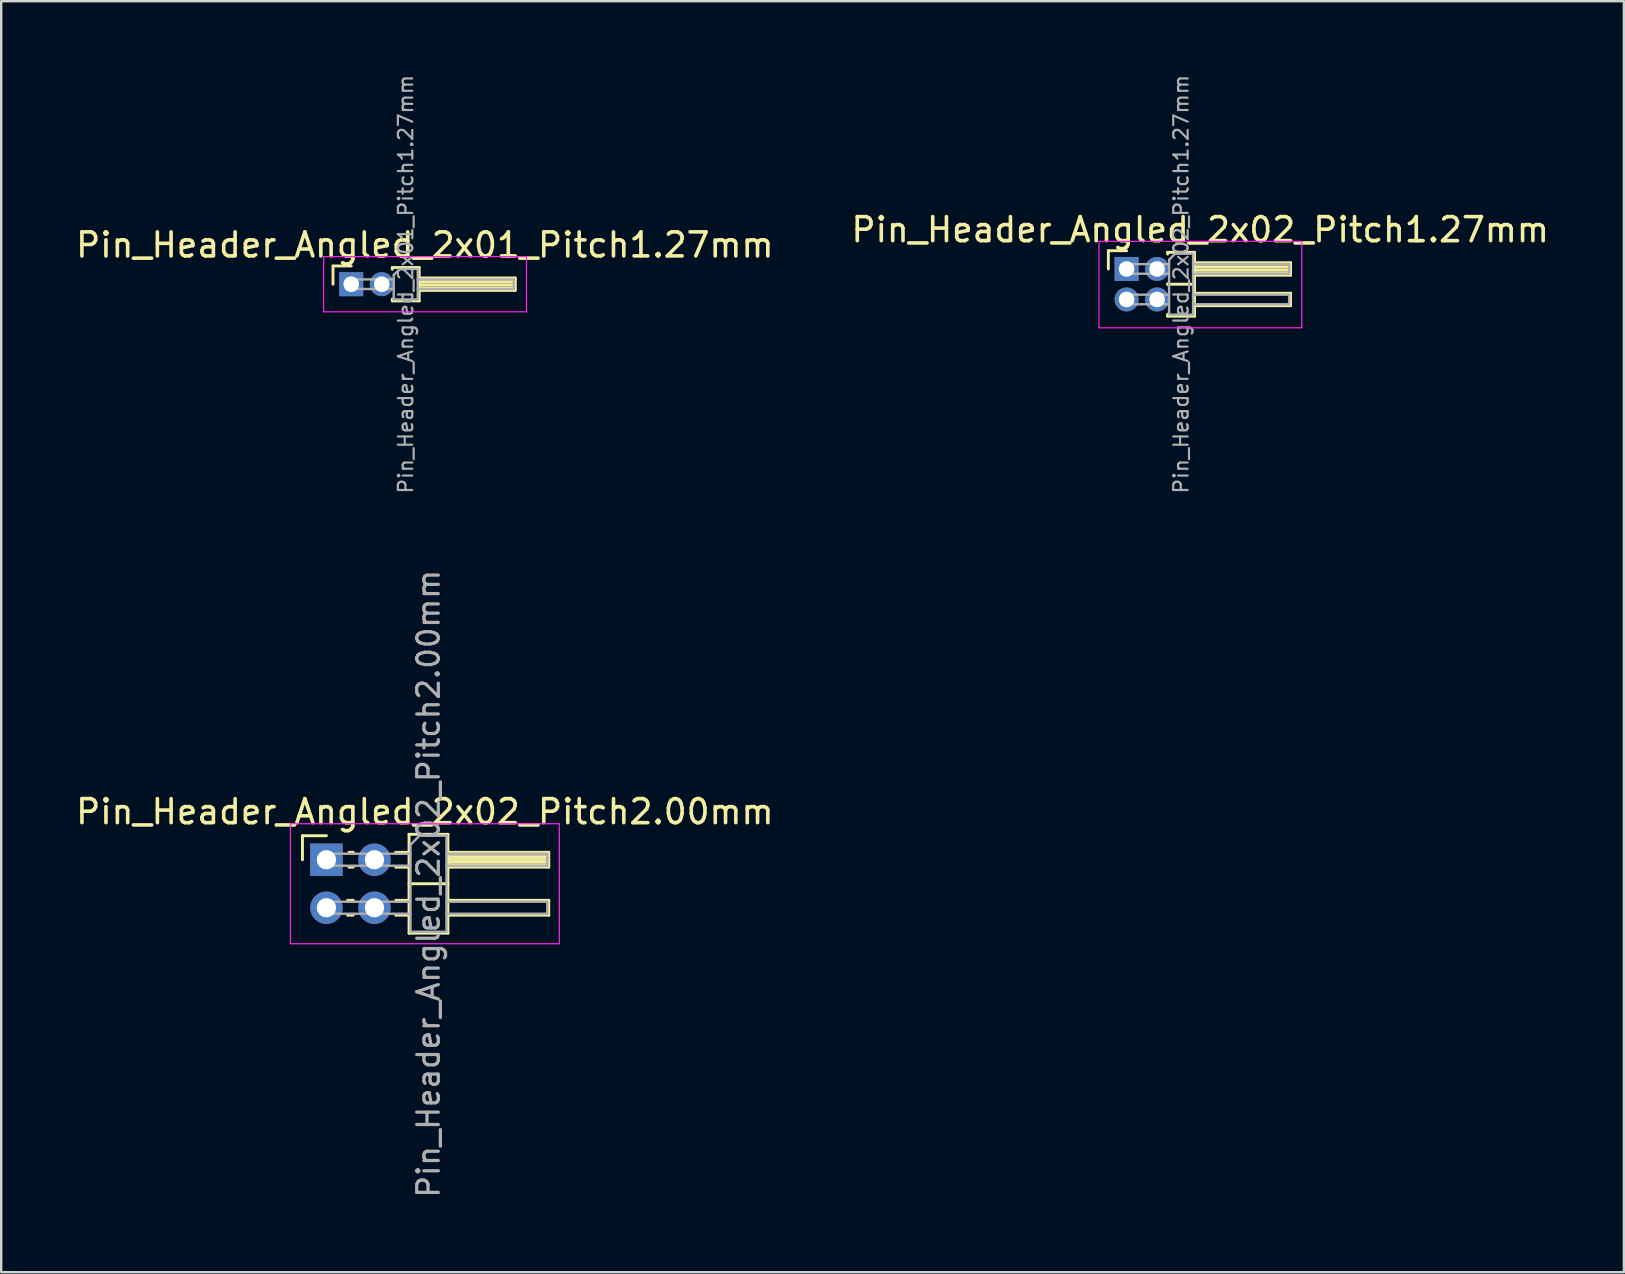
<source format=kicad_pcb>
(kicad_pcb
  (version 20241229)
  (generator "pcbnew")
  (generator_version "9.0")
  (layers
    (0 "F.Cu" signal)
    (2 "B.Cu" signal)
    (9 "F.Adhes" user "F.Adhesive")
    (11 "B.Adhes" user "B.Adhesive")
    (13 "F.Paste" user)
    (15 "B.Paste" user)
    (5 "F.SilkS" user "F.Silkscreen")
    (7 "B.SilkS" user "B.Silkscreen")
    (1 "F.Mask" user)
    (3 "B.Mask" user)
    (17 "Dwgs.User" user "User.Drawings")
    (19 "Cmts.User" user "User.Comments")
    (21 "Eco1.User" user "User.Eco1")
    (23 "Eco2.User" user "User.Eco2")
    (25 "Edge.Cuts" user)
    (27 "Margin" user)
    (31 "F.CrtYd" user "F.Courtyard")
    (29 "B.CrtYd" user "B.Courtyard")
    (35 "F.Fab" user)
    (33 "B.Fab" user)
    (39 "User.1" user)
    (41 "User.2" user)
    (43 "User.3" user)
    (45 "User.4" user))
  (footprint "Pin_Header_Angled_2x02_Pitch2.00mm"
    (layer "F.Cu")
    (at 10.549 32.763)
    (property "Reference" "Pin_Header_Angled_2x02_Pitch2.00mm" (at 4.1 -2 0) (layer "F.SilkS") (effects (font (size 1 1) (thickness 0.15))))
    (attr through_hole)
    (fp_line (start -1 -1) (end 0 -1) (stroke (width 0.12) (type solid)) (layer "F.SilkS"))
    (fp_line (start -1 0) (end -1 -1) (stroke (width 0.12) (type solid)) (layer "F.SilkS"))
    (fp_line (start 0.882 1.69) (end 1.118 1.69) (stroke (width 0.12) (type solid)) (layer "F.SilkS"))
    (fp_line (start 0.882 2.31) (end 1.118 2.31) (stroke (width 0.12) (type solid)) (layer "F.SilkS"))
    (fp_line (start 0.935 -0.31) (end 1.118 -0.31) (stroke (width 0.12) (type solid)) (layer "F.SilkS"))
    (fp_line (start 0.935 0.31) (end 1.118 0.31) (stroke (width 0.12) (type solid)) (layer "F.SilkS"))
    (fp_line (start 2.882 -0.31) (end 3.44 -0.31) (stroke (width 0.12) (type solid)) (layer "F.SilkS"))
    (fp_line (start 2.882 0.31) (end 3.44 0.31) (stroke (width 0.12) (type solid)) (layer "F.SilkS"))
    (fp_line (start 2.882 1.69) (end 3.44 1.69) (stroke (width 0.12) (type solid)) (layer "F.SilkS"))
    (fp_line (start 2.882 2.31) (end 3.44 2.31) (stroke (width 0.12) (type solid)) (layer "F.SilkS"))
    (fp_line (start 3.44 -1.06) (end 3.44 3.06) (stroke (width 0.12) (type solid)) (layer "F.SilkS"))
    (fp_line (start 3.44 1) (end 5.06 1) (stroke (width 0.12) (type solid)) (layer "F.SilkS"))
    (fp_line (start 3.44 3.06) (end 5.06 3.06) (stroke (width 0.12) (type solid)) (layer "F.SilkS"))
    (fp_line (start 5.06 -1.06) (end 3.44 -1.06) (stroke (width 0.12) (type solid)) (layer "F.SilkS"))
    (fp_line (start 5.06 -0.31) (end 9.26 -0.31) (stroke (width 0.12) (type solid)) (layer "F.SilkS"))
    (fp_line (start 5.06 -0.25) (end 9.26 -0.25) (stroke (width 0.12) (type solid)) (layer "F.SilkS"))
    (fp_line (start 5.06 -0.13) (end 9.26 -0.13) (stroke (width 0.12) (type solid)) (layer "F.SilkS"))
    (fp_line (start 5.06 -0.01) (end 9.26 -0.01) (stroke (width 0.12) (type solid)) (layer "F.SilkS"))
    (fp_line (start 5.06 0.11) (end 9.26 0.11) (stroke (width 0.12) (type solid)) (layer "F.SilkS"))
    (fp_line (start 5.06 0.23) (end 9.26 0.23) (stroke (width 0.12) (type solid)) (layer "F.SilkS"))
    (fp_line (start 5.06 1.69) (end 9.26 1.69) (stroke (width 0.12) (type solid)) (layer "F.SilkS"))
    (fp_line (start 5.06 3.06) (end 5.06 -1.06) (stroke (width 0.12) (type solid)) (layer "F.SilkS"))
    (fp_line (start 9.26 -0.31) (end 9.26 0.31) (stroke (width 0.12) (type solid)) (layer "F.SilkS"))
    (fp_line (start 9.26 0.31) (end 5.06 0.31) (stroke (width 0.12) (type solid)) (layer "F.SilkS"))
    (fp_line (start 9.26 1.69) (end 9.26 2.31) (stroke (width 0.12) (type solid)) (layer "F.SilkS"))
    (fp_line (start 9.26 2.31) (end 5.06 2.31) (stroke (width 0.12) (type solid)) (layer "F.SilkS"))
    (fp_line (start -1.5 -1.5) (end -1.5 3.5) (stroke (width 0.05) (type solid)) (layer "F.CrtYd"))
    (fp_line (start -1.5 3.5) (end 9.7 3.5) (stroke (width 0.05) (type solid)) (layer "F.CrtYd"))
    (fp_line (start 9.7 -1.5) (end -1.5 -1.5) (stroke (width 0.05) (type solid)) (layer "F.CrtYd"))
    (fp_line (start 9.7 3.5) (end 9.7 -1.5) (stroke (width 0.05) (type solid)) (layer "F.CrtYd"))
    (fp_line (start -0.25 -0.25) (end -0.25 0.25) (stroke (width 0.1) (type solid)) (layer "F.Fab"))
    (fp_line (start -0.25 -0.25) (end 3.5 -0.25) (stroke (width 0.1) (type solid)) (layer "F.Fab"))
    (fp_line (start -0.25 0.25) (end 3.5 0.25) (stroke (width 0.1) (type solid)) (layer "F.Fab"))
    (fp_line (start -0.25 1.75) (end -0.25 2.25) (stroke (width 0.1) (type solid)) (layer "F.Fab"))
    (fp_line (start -0.25 1.75) (end 3.5 1.75) (stroke (width 0.1) (type solid)) (layer "F.Fab"))
    (fp_line (start -0.25 2.25) (end 3.5 2.25) (stroke (width 0.1) (type solid)) (layer "F.Fab"))
    (fp_line (start 3.5 -0.625) (end 3.875 -1) (stroke (width 0.1) (type solid)) (layer "F.Fab"))
    (fp_line (start 3.5 3) (end 3.5 -0.625) (stroke (width 0.1) (type solid)) (layer "F.Fab"))
    (fp_line (start 3.875 -1) (end 5 -1) (stroke (width 0.1) (type solid)) (layer "F.Fab"))
    (fp_line (start 5 -1) (end 5 3) (stroke (width 0.1) (type solid)) (layer "F.Fab"))
    (fp_line (start 5 -0.25) (end 9.2 -0.25) (stroke (width 0.1) (type solid)) (layer "F.Fab"))
    (fp_line (start 5 0.25) (end 9.2 0.25) (stroke (width 0.1) (type solid)) (layer "F.Fab"))
    (fp_line (start 5 1.75) (end 9.2 1.75) (stroke (width 0.1) (type solid)) (layer "F.Fab"))
    (fp_line (start 5 2.25) (end 9.2 2.25) (stroke (width 0.1) (type solid)) (layer "F.Fab"))
    (fp_line (start 5 3) (end 3.5 3) (stroke (width 0.1) (type solid)) (layer "F.Fab"))
    (fp_line (start 9.2 -0.25) (end 9.2 0.25) (stroke (width 0.1) (type solid)) (layer "F.Fab"))
    (fp_line (start 9.2 1.75) (end 9.2 2.25) (stroke (width 0.1) (type solid)) (layer "F.Fab"))
    (fp_text user "${REFERENCE}" (at 4.25 1 90) (layer "F.Fab") (effects (font (size 0.9 0.9) (thickness 0.135))))
    (pad "1" thru_hole rect (at 0 0) (size 1.35 1.35) (drill 0.8) (layers "*.Cu" "*.Mask"))
    (pad "2" thru_hole oval (at 2 0) (size 1.35 1.35) (drill 0.8) (layers "*.Cu" "*.Mask"))
    (pad "3" thru_hole oval (at 0 2) (size 1.35 1.35) (drill 0.8) (layers "*.Cu" "*.Mask"))
    (pad "4" thru_hole oval (at 2 2) (size 1.35 1.35) (drill 0.8) (layers "*.Cu" "*.Mask")))
  (footprint "Pin_Header_Angled_2x01_Pitch1.27mm"
    (layer "F.Cu")
    (at 11.581 8.789)
    (property "Reference" "Pin_Header_Angled_2x01_Pitch1.27mm" (at 3.067 -1.635 0) (layer "F.SilkS") (effects (font (size 1 1) (thickness 0.15))))
    (attr through_hole)
    (fp_line (start -0.76 -0.76) (end 0 -0.76) (stroke (width 0.12) (type solid)) (layer "F.SilkS"))
    (fp_line (start -0.76 0) (end -0.76 -0.76) (stroke (width 0.12) (type solid)) (layer "F.SilkS"))
    (fp_line (start 1.71 -0.695) (end 2.83 -0.695) (stroke (width 0.12) (type solid)) (layer "F.SilkS"))
    (fp_line (start 1.71 -0.62) (end 1.71 -0.695) (stroke (width 0.12) (type solid)) (layer "F.SilkS"))
    (fp_line (start 1.71 0.695) (end 1.71 0.62) (stroke (width 0.12) (type solid)) (layer "F.SilkS"))
    (fp_line (start 2.83 -0.695) (end 2.83 0.695) (stroke (width 0.12) (type solid)) (layer "F.SilkS"))
    (fp_line (start 2.83 -0.26) (end 6.83 -0.26) (stroke (width 0.12) (type solid)) (layer "F.SilkS"))
    (fp_line (start 2.83 -0.2) (end 6.83 -0.2) (stroke (width 0.12) (type solid)) (layer "F.SilkS"))
    (fp_line (start 2.83 -0.08) (end 6.83 -0.08) (stroke (width 0.12) (type solid)) (layer "F.SilkS"))
    (fp_line (start 2.83 0.04) (end 6.83 0.04) (stroke (width 0.12) (type solid)) (layer "F.SilkS"))
    (fp_line (start 2.83 0.16) (end 6.83 0.16) (stroke (width 0.12) (type solid)) (layer "F.SilkS"))
    (fp_line (start 2.83 0.695) (end 1.71 0.695) (stroke (width 0.12) (type solid)) (layer "F.SilkS"))
    (fp_line (start 6.83 -0.26) (end 6.83 0.26) (stroke (width 0.12) (type solid)) (layer "F.SilkS"))
    (fp_line (start 6.83 0.26) (end 2.83 0.26) (stroke (width 0.12) (type solid)) (layer "F.SilkS"))
    (fp_line (start -1.15 -1.15) (end -1.15 1.15) (stroke (width 0.05) (type solid)) (layer "F.CrtYd"))
    (fp_line (start -1.15 1.15) (end 7.3 1.15) (stroke (width 0.05) (type solid)) (layer "F.CrtYd"))
    (fp_line (start 7.3 -1.15) (end -1.15 -1.15) (stroke (width 0.05) (type solid)) (layer "F.CrtYd"))
    (fp_line (start 7.3 1.15) (end 7.3 -1.15) (stroke (width 0.05) (type solid)) (layer "F.CrtYd"))
    (fp_line (start -0.2 -0.2) (end -0.2 0.2) (stroke (width 0.1) (type solid)) (layer "F.Fab"))
    (fp_line (start -0.2 -0.2) (end 1.77 -0.2) (stroke (width 0.1) (type solid)) (layer "F.Fab"))
    (fp_line (start -0.2 0.2) (end 1.77 0.2) (stroke (width 0.1) (type solid)) (layer "F.Fab"))
    (fp_line (start 1.77 -0.385) (end 2.02 -0.635) (stroke (width 0.1) (type solid)) (layer "F.Fab"))
    (fp_line (start 1.77 0.635) (end 1.77 -0.385) (stroke (width 0.1) (type solid)) (layer "F.Fab"))
    (fp_line (start 2.02 -0.635) (end 2.77 -0.635) (stroke (width 0.1) (type solid)) (layer "F.Fab"))
    (fp_line (start 2.77 -0.635) (end 2.77 0.635) (stroke (width 0.1) (type solid)) (layer "F.Fab"))
    (fp_line (start 2.77 -0.2) (end 6.77 -0.2) (stroke (width 0.1) (type solid)) (layer "F.Fab"))
    (fp_line (start 2.77 0.2) (end 6.77 0.2) (stroke (width 0.1) (type solid)) (layer "F.Fab"))
    (fp_line (start 2.77 0.635) (end 1.77 0.635) (stroke (width 0.1) (type solid)) (layer "F.Fab"))
    (fp_line (start 6.77 -0.2) (end 6.77 0.2) (stroke (width 0.1) (type solid)) (layer "F.Fab"))
    (fp_text user "${REFERENCE}" (at 2.27 0 90) (layer "F.Fab") (effects (font (size 0.6 0.6) (thickness 0.09))))
    (pad "1" thru_hole rect (at 0 0) (size 1 1) (drill 0.65) (layers "*.Cu" "*.Mask"))
    (pad "2" thru_hole oval (at 1.27 0) (size 1 1) (drill 0.65) (layers "*.Cu" "*.Mask")))
  (footprint "Pin_Header_Angled_2x02_Pitch1.27mm"
    (layer "F.Cu")
    (at 43.879 8.154)
    (property "Reference" "Pin_Header_Angled_2x02_Pitch1.27mm" (at 3.067 -1.635 0) (layer "F.SilkS") (effects (font (size 1 1) (thickness 0.15))))
    (attr through_hole)
    (fp_line (start -0.76 -0.76) (end 0 -0.76) (stroke (width 0.12) (type solid)) (layer "F.SilkS"))
    (fp_line (start -0.76 0) (end -0.76 -0.76) (stroke (width 0.12) (type solid)) (layer "F.SilkS"))
    (fp_line (start 1.71 -0.695) (end 2.83 -0.695) (stroke (width 0.12) (type solid)) (layer "F.SilkS"))
    (fp_line (start 1.71 -0.62) (end 1.71 -0.695) (stroke (width 0.12) (type solid)) (layer "F.SilkS"))
    (fp_line (start 1.71 0.62) (end 1.71 0.65) (stroke (width 0.12) (type solid)) (layer "F.SilkS"))
    (fp_line (start 1.71 0.635) (end 2.83 0.635) (stroke (width 0.12) (type solid)) (layer "F.SilkS"))
    (fp_line (start 1.71 1.965) (end 1.71 1.89) (stroke (width 0.12) (type solid)) (layer "F.SilkS"))
    (fp_line (start 2.83 -0.695) (end 2.83 1.965) (stroke (width 0.12) (type solid)) (layer "F.SilkS"))
    (fp_line (start 2.83 -0.26) (end 6.83 -0.26) (stroke (width 0.12) (type solid)) (layer "F.SilkS"))
    (fp_line (start 2.83 -0.2) (end 6.83 -0.2) (stroke (width 0.12) (type solid)) (layer "F.SilkS"))
    (fp_line (start 2.83 -0.08) (end 6.83 -0.08) (stroke (width 0.12) (type solid)) (layer "F.SilkS"))
    (fp_line (start 2.83 0.04) (end 6.83 0.04) (stroke (width 0.12) (type solid)) (layer "F.SilkS"))
    (fp_line (start 2.83 0.16) (end 6.83 0.16) (stroke (width 0.12) (type solid)) (layer "F.SilkS"))
    (fp_line (start 2.83 1.01) (end 6.83 1.01) (stroke (width 0.12) (type solid)) (layer "F.SilkS"))
    (fp_line (start 2.83 1.965) (end 1.71 1.965) (stroke (width 0.12) (type solid)) (layer "F.SilkS"))
    (fp_line (start 6.83 -0.26) (end 6.83 0.26) (stroke (width 0.12) (type solid)) (layer "F.SilkS"))
    (fp_line (start 6.83 0.26) (end 2.83 0.26) (stroke (width 0.12) (type solid)) (layer "F.SilkS"))
    (fp_line (start 6.83 1.01) (end 6.83 1.53) (stroke (width 0.12) (type solid)) (layer "F.SilkS"))
    (fp_line (start 6.83 1.53) (end 2.83 1.53) (stroke (width 0.12) (type solid)) (layer "F.SilkS"))
    (fp_line (start -1.15 -1.15) (end -1.15 2.45) (stroke (width 0.05) (type solid)) (layer "F.CrtYd"))
    (fp_line (start -1.15 2.45) (end 7.3 2.45) (stroke (width 0.05) (type solid)) (layer "F.CrtYd"))
    (fp_line (start 7.3 -1.15) (end -1.15 -1.15) (stroke (width 0.05) (type solid)) (layer "F.CrtYd"))
    (fp_line (start 7.3 2.45) (end 7.3 -1.15) (stroke (width 0.05) (type solid)) (layer "F.CrtYd"))
    (fp_line (start -0.2 -0.2) (end -0.2 0.2) (stroke (width 0.1) (type solid)) (layer "F.Fab"))
    (fp_line (start -0.2 -0.2) (end 1.77 -0.2) (stroke (width 0.1) (type solid)) (layer "F.Fab"))
    (fp_line (start -0.2 0.2) (end 1.77 0.2) (stroke (width 0.1) (type solid)) (layer "F.Fab"))
    (fp_line (start -0.2 1.07) (end -0.2 1.47) (stroke (width 0.1) (type solid)) (layer "F.Fab"))
    (fp_line (start -0.2 1.07) (end 1.77 1.07) (stroke (width 0.1) (type solid)) (layer "F.Fab"))
    (fp_line (start -0.2 1.47) (end 1.77 1.47) (stroke (width 0.1) (type solid)) (layer "F.Fab"))
    (fp_line (start 1.77 -0.385) (end 2.02 -0.635) (stroke (width 0.1) (type solid)) (layer "F.Fab"))
    (fp_line (start 1.77 1.905) (end 1.77 -0.385) (stroke (width 0.1) (type solid)) (layer "F.Fab"))
    (fp_line (start 2.02 -0.635) (end 2.77 -0.635) (stroke (width 0.1) (type solid)) (layer "F.Fab"))
    (fp_line (start 2.77 -0.635) (end 2.77 1.905) (stroke (width 0.1) (type solid)) (layer "F.Fab"))
    (fp_line (start 2.77 -0.2) (end 6.77 -0.2) (stroke (width 0.1) (type solid)) (layer "F.Fab"))
    (fp_line (start 2.77 0.2) (end 6.77 0.2) (stroke (width 0.1) (type solid)) (layer "F.Fab"))
    (fp_line (start 2.77 1.07) (end 6.77 1.07) (stroke (width 0.1) (type solid)) (layer "F.Fab"))
    (fp_line (start 2.77 1.47) (end 6.77 1.47) (stroke (width 0.1) (type solid)) (layer "F.Fab"))
    (fp_line (start 2.77 1.905) (end 1.77 1.905) (stroke (width 0.1) (type solid)) (layer "F.Fab"))
    (fp_line (start 6.77 -0.2) (end 6.77 0.2) (stroke (width 0.1) (type solid)) (layer "F.Fab"))
    (fp_line (start 6.77 1.07) (end 6.77 1.47) (stroke (width 0.1) (type solid)) (layer "F.Fab"))
    (fp_text user "${REFERENCE}" (at 2.27 0.635 90) (layer "F.Fab") (effects (font (size 0.6 0.6) (thickness 0.09))))
    (pad "1" thru_hole rect (at 0 0) (size 1 1) (drill 0.65) (layers "*.Cu" "*.Mask"))
    (pad "2" thru_hole oval (at 1.27 0) (size 1 1) (drill 0.65) (layers "*.Cu" "*.Mask"))
    (pad "3" thru_hole oval (at 0 1.27) (size 1 1) (drill 0.65) (layers "*.Cu" "*.Mask"))
    (pad "4" thru_hole oval (at 1.27 1.27) (size 1 1) (drill 0.65) (layers "*.Cu" "*.Mask")))
  (gr_rect
    (start -3 -3)
    (end 64.595 49.946)
    (stroke (width 0.1) (type default))
    (fill no)
    (layer "Edge.Cuts")))
</source>
